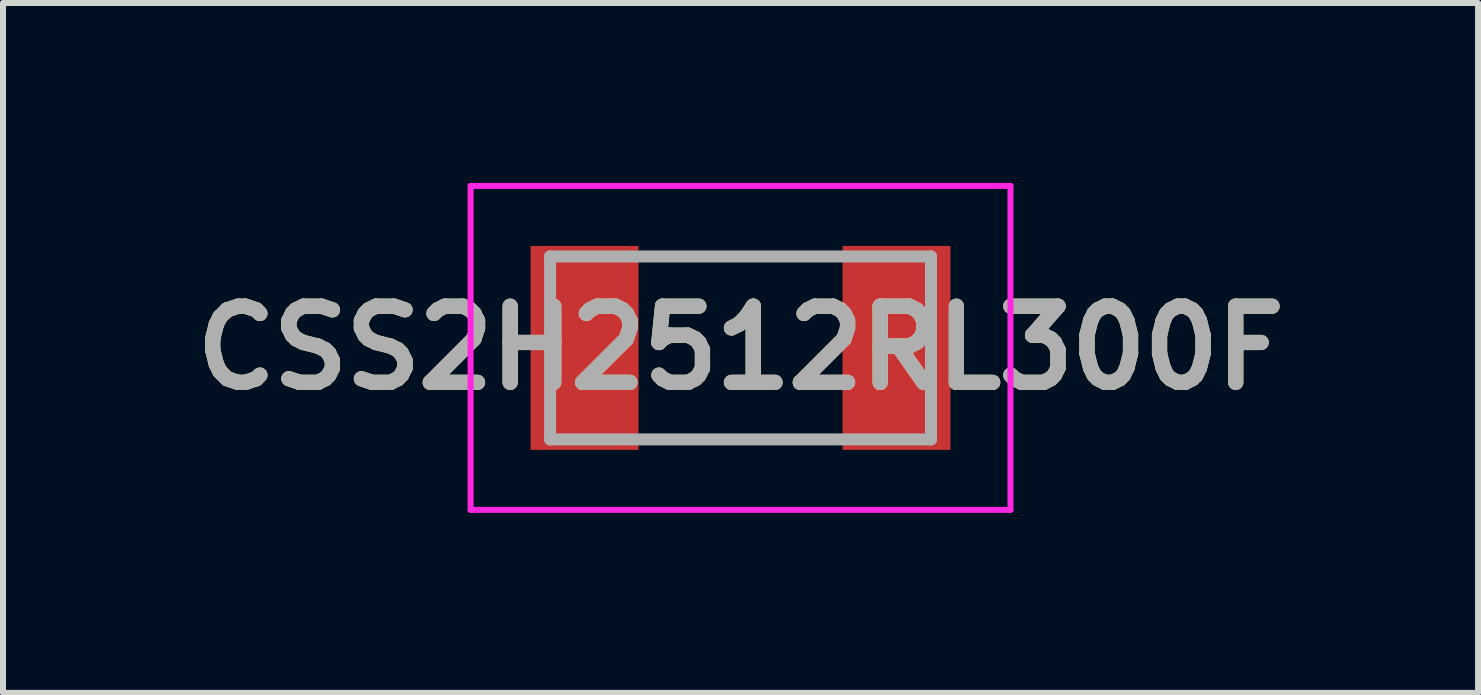
<source format=kicad_pcb>
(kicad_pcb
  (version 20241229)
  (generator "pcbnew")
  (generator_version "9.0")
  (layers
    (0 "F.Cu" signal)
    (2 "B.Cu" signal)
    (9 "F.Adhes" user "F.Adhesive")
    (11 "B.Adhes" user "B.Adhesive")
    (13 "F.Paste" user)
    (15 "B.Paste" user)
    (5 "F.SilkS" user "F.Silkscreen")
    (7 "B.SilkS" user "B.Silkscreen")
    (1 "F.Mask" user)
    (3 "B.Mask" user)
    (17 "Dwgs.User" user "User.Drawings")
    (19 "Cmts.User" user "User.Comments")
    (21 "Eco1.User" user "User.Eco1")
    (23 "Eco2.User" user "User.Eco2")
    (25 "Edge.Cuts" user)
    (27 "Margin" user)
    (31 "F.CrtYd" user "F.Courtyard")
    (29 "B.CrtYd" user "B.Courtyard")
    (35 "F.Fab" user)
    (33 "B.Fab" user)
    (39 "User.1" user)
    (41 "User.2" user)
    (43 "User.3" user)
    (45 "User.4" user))
  (footprint "CSS2H2512RL300F"
    (layer "F.Cu")
    (at 9.295 2.75)
    (property "Reference" "CSS2H2512RL300F" (at 0 0 0) (layer "F.SilkS") (effects (font (size 1.27 1.27) (thickness 0.254))))
    (attr smd)
    (fp_line (start -1.5 -1.525) (end 1.5 -1.525) (stroke (width 0.1) (type solid)) (layer "F.SilkS"))
    (fp_line (start -1.5 1.525) (end 1.5 1.5) (stroke (width 0.1) (type solid)) (layer "F.SilkS"))
    (fp_line (start -4.5 -2.7) (end 4.5 -2.7) (stroke (width 0.1) (type solid)) (layer "F.CrtYd"))
    (fp_line (start -4.5 2.7) (end -4.5 -2.7) (stroke (width 0.1) (type solid)) (layer "F.CrtYd"))
    (fp_line (start 4.5 -2.7) (end 4.5 2.7) (stroke (width 0.1) (type solid)) (layer "F.CrtYd"))
    (fp_line (start 4.5 2.7) (end -4.5 2.7) (stroke (width 0.1) (type solid)) (layer "F.CrtYd"))
    (fp_line (start -3.175 -1.525) (end 3.175 -1.525) (stroke (width 0.2) (type solid)) (layer "F.Fab"))
    (fp_line (start -3.175 1.525) (end -3.175 -1.525) (stroke (width 0.2) (type solid)) (layer "F.Fab"))
    (fp_line (start 3.175 -1.525) (end 3.175 1.525) (stroke (width 0.2) (type solid)) (layer "F.Fab"))
    (fp_line (start 3.175 1.525) (end -3.175 1.525) (stroke (width 0.2) (type solid)) (layer "F.Fab"))
    (fp_text user "${REFERENCE}" (at 0 0 0) (layer "F.Fab") (effects (font (size 1.27 1.27) (thickness 0.254))))
    (pad "1" smd rect (at -2.6 0) (size 1.8 3.4) (layers "F.Cu" "F.Mask" "F.Paste"))
    (pad "2" smd rect (at 2.6 0) (size 1.8 3.4) (layers "F.Cu" "F.Mask" "F.Paste")))
  (gr_rect
    (start -3 -3)
    (end 21.59 8.5)
    (stroke (width 0.1) (type default))
    (fill no)
    (layer "Edge.Cuts")))
</source>
